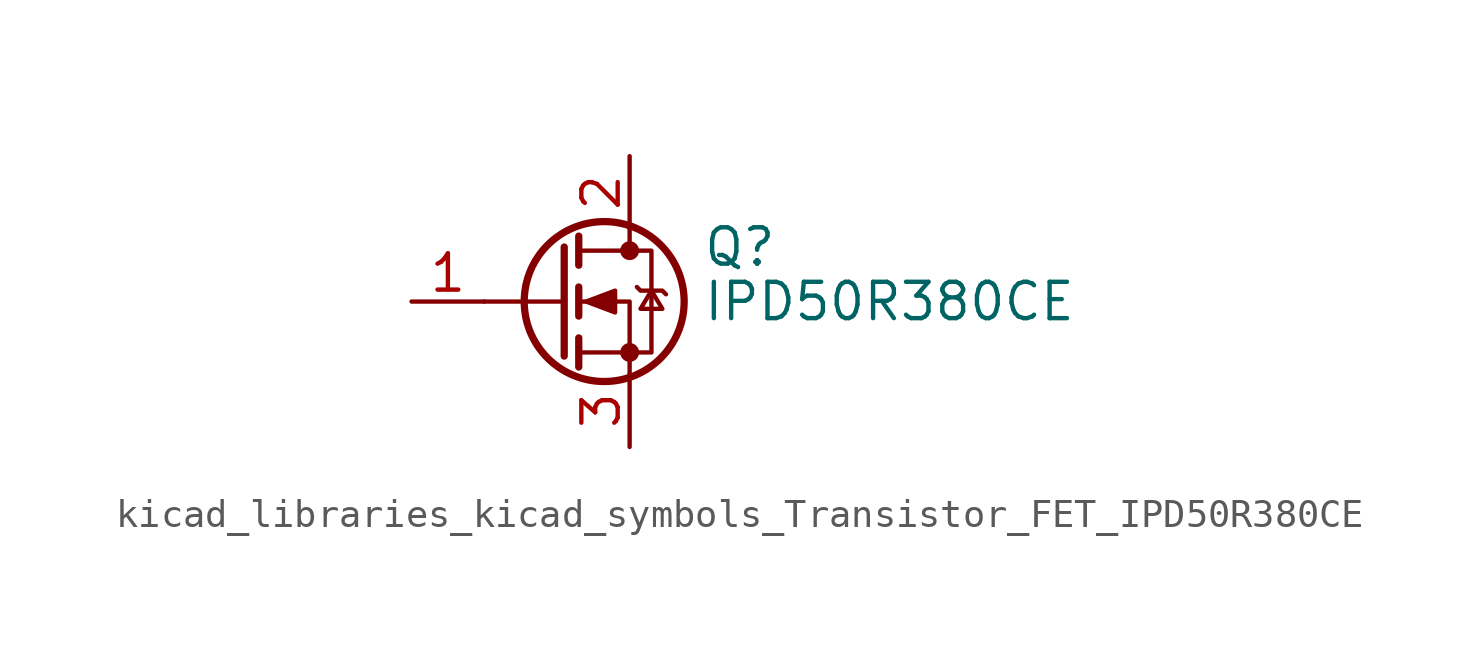
<source format=kicad_sym>
(kicad_symbol_lib
  (version 20220914)
  (generator kicad_symbol_editor)
  (symbol "kicad_libraries_kicad_symbols_Transistor_FET_IPD50R380CE"
    (pin_names hide)
    (property "Reference" "Q"
      (at 5.08 1.905 0)
      (effects (font (size 1.27 1.27)) (justify left)))
    (property "Value" "IPD50R380CE"
      (at 5.08 0 0)
      (effects (font (size 1.27 1.27)) (justify left)))
    (symbol "kicad_libraries_kicad_symbols_Transistor_FET_IPD50R380CE_0_1"
      (polyline (pts (xy 0.254 0) (xy -2.54 0)) (stroke (width 0) (type default)) (fill (type none)))
      (polyline (pts (xy 0.254 1.905) (xy 0.254 -1.905)) (stroke (width 0.254) (type default)) (fill (type none)))
      (polyline (pts (xy 0.762 -1.27) (xy 0.762 -2.286)) (stroke (width 0.254) (type default)) (fill (type none)))
      (polyline (pts (xy 0.762 0.508) (xy 0.762 -0.508)) (stroke (width 0.254) (type default)) (fill (type none)))
      (polyline (pts (xy 0.762 2.286) (xy 0.762 1.27)) (stroke (width 0.254) (type default)) (fill (type none)))
      (polyline (pts (xy 2.54 2.54) (xy 2.54 1.778)) (stroke (width 0) (type default)) (fill (type none)))
      (polyline (pts (xy 2.54 -2.54) (xy 2.54 0) (xy 0.762 0)) (stroke (width 0) (type default)) (fill (type none)))
      (polyline (pts (xy 0.762 -1.778) (xy 3.302 -1.778) (xy 3.302 1.778) (xy 0.762 1.778)) (stroke (width 0) (type default)) (fill (type none)))
      (polyline (pts (xy 1.016 0) (xy 2.032 0.381) (xy 2.032 -0.381) (xy 1.016 0)) (stroke (width 0) (type default)) (fill (type outline)))
      (polyline (pts (xy 2.794 0.508) (xy 2.921 0.381) (xy 3.683 0.381) (xy 3.81 0.254)) (stroke (width 0) (type default)) (fill (type none)))
      (polyline (pts (xy 3.302 0.381) (xy 2.921 -0.254) (xy 3.683 -0.254) (xy 3.302 0.381)) (stroke (width 0) (type default)) (fill (type none)))
      (circle (center 1.651 0) (radius 2.794) (stroke (width 0.254) (type default)) (fill (type none)))
      (circle (center 2.54 -1.778) (radius 0.254) (stroke (width 0) (type default)) (fill (type outline)))
      (circle (center 2.54 1.778) (radius 0.254) (stroke (width 0) (type default)) (fill (type outline))))
    (symbol "kicad_libraries_kicad_symbols_Transistor_FET_IPD50R380CE_1_1"
      (pin input line (at -5.08 0 0) (length 2.54) (name "G" (effects (font (size 1.27 1.27)))) (number "1" (effects (font (size 1.27 1.27)))))
      (pin passive line (at 2.54 5.08 270) (length 2.54) (name "D" (effects (font (size 1.27 1.27)))) (number "2" (effects (font (size 1.27 1.27)))))
      (pin passive line (at 2.54 -5.08 90) (length 2.54) (name "S" (effects (font (size 1.27 1.27)))) (number "3" (effects (font (size 1.27 1.27))))))))
</source>
